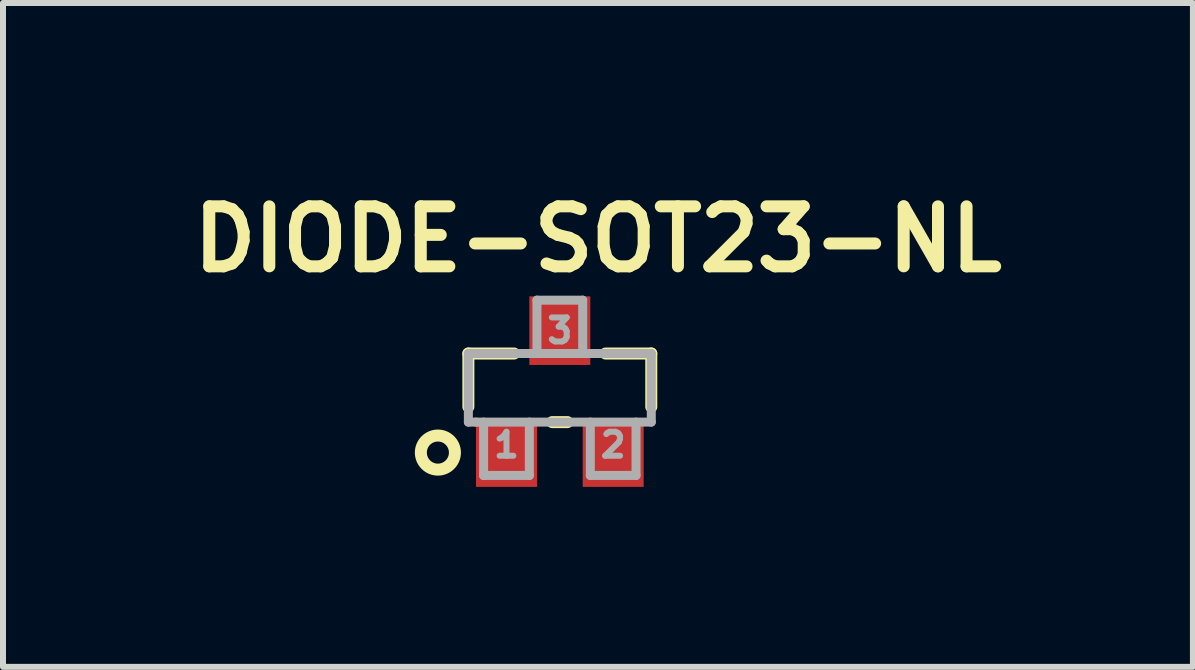
<source format=kicad_pcb>
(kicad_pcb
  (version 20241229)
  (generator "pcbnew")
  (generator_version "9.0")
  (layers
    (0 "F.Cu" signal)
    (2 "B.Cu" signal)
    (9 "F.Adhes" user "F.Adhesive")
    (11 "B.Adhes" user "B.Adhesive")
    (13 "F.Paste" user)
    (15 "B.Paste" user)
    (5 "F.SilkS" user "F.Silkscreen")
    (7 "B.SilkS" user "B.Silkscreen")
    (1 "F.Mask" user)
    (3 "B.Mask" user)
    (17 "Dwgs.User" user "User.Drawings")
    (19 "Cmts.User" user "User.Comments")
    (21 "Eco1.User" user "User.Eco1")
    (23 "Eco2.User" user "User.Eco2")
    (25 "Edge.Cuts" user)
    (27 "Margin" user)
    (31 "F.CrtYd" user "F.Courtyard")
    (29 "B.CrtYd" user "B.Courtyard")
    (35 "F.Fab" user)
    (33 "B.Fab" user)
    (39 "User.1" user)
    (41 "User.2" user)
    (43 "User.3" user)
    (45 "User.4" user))
  (footprint "DIODE-SOT23-NL"
    (layer "F.Cu")
    (at 6.279 3.476)
    (property "Reference" "DIODE-SOT23-NL" (at 0.635 -2.54 0) (layer "F.SilkS") (effects (font (size 1 1) (thickness 0.2))))
    (attr smd)
    (fp_line (start -1.524 -0.635) (end -1.524 0.254) (stroke (width 0.2) (type solid)) (layer "F.SilkS"))
    (fp_line (start -0.762 -0.635) (end -1.524 -0.635) (stroke (width 0.2) (type solid)) (layer "F.SilkS"))
    (fp_line (start -0.127 0.508) (end 0.127 0.508) (stroke (width 0.2) (type solid)) (layer "F.SilkS"))
    (fp_line (start 0.762 -0.635) (end 1.524 -0.635) (stroke (width 0.2) (type solid)) (layer "F.SilkS"))
    (fp_line (start 1.524 -0.635) (end 1.524 0.254) (stroke (width 0.2) (type solid)) (layer "F.SilkS"))
    (fp_circle (center -2.032 1.016) (end -1.905 1.27) (stroke (width 0.2) (type solid)) (fill no) (layer "F.SilkS"))
    (fp_line (start -1.524 -0.635) (end -1.397 -0.635) (stroke (width 0.15) (type solid)) (layer "F.Fab"))
    (fp_line (start -1.524 0.508) (end -1.524 -0.635) (stroke (width 0.15) (type solid)) (layer "F.Fab"))
    (fp_line (start -1.397 -0.635) (end 1.524 -0.635) (stroke (width 0.15) (type solid)) (layer "F.Fab"))
    (fp_line (start -1.397 0.508) (end -1.524 0.508) (stroke (width 0.15) (type solid)) (layer "F.Fab"))
    (fp_line (start -1.27 0.508) (end -1.27 1.397) (stroke (width 0.15) (type solid)) (layer "F.Fab"))
    (fp_line (start -1.27 1.397) (end -0.508 1.397) (stroke (width 0.15) (type solid)) (layer "F.Fab"))
    (fp_line (start -0.508 1.397) (end -0.508 0.508) (stroke (width 0.15) (type solid)) (layer "F.Fab"))
    (fp_line (start -0.381 -1.524) (end 0.381 -1.524) (stroke (width 0.15) (type solid)) (layer "F.Fab"))
    (fp_line (start -0.381 -0.635) (end -0.381 -1.524) (stroke (width 0.15) (type solid)) (layer "F.Fab"))
    (fp_line (start 0.381 -1.524) (end 0.381 -0.635) (stroke (width 0.15) (type solid)) (layer "F.Fab"))
    (fp_line (start 0.508 0.508) (end 0.508 1.397) (stroke (width 0.15) (type solid)) (layer "F.Fab"))
    (fp_line (start 0.508 1.397) (end 1.27 1.397) (stroke (width 0.15) (type solid)) (layer "F.Fab"))
    (fp_line (start 1.27 1.397) (end 1.27 0.508) (stroke (width 0.15) (type solid)) (layer "F.Fab"))
    (fp_line (start 1.524 -0.635) (end 1.524 0.508) (stroke (width 0.15) (type solid)) (layer "F.Fab"))
    (fp_line (start 1.524 0.508) (end -1.397 0.508) (stroke (width 0.15) (type solid)) (layer "F.Fab"))
    (fp_text user "3" (at 0 -1.016 0) (layer "F.Fab") (effects (font (size 0.4 0.4) (thickness 0.1))))
    (fp_text user "1" (at -0.889 0.889 0) (layer "F.Fab") (effects (font (size 0.4 0.4) (thickness 0.1))))
    (fp_text user "2" (at 0.889 0.889 0) (layer "F.Fab") (effects (font (size 0.4 0.4) (thickness 0.1))))
    (pad "1" smd rect (at -0.889 1.016 180) (size 1.016 1.143) (layers "F.Cu" "F.Mask" "F.Paste"))
    (pad "2" smd rect (at 0.889 1.016) (size 1.016 1.143) (layers "F.Cu" "F.Mask" "F.Paste"))
    (pad "3" smd rect (at 0 -1.016) (size 1.016 1.143) (layers "F.Cu" "F.Mask" "F.Paste")))
  (gr_rect
    (start -3 -3)
    (end 16.829 8.063)
    (stroke (width 0.1) (type default))
    (fill no)
    (layer "Edge.Cuts")))
</source>
